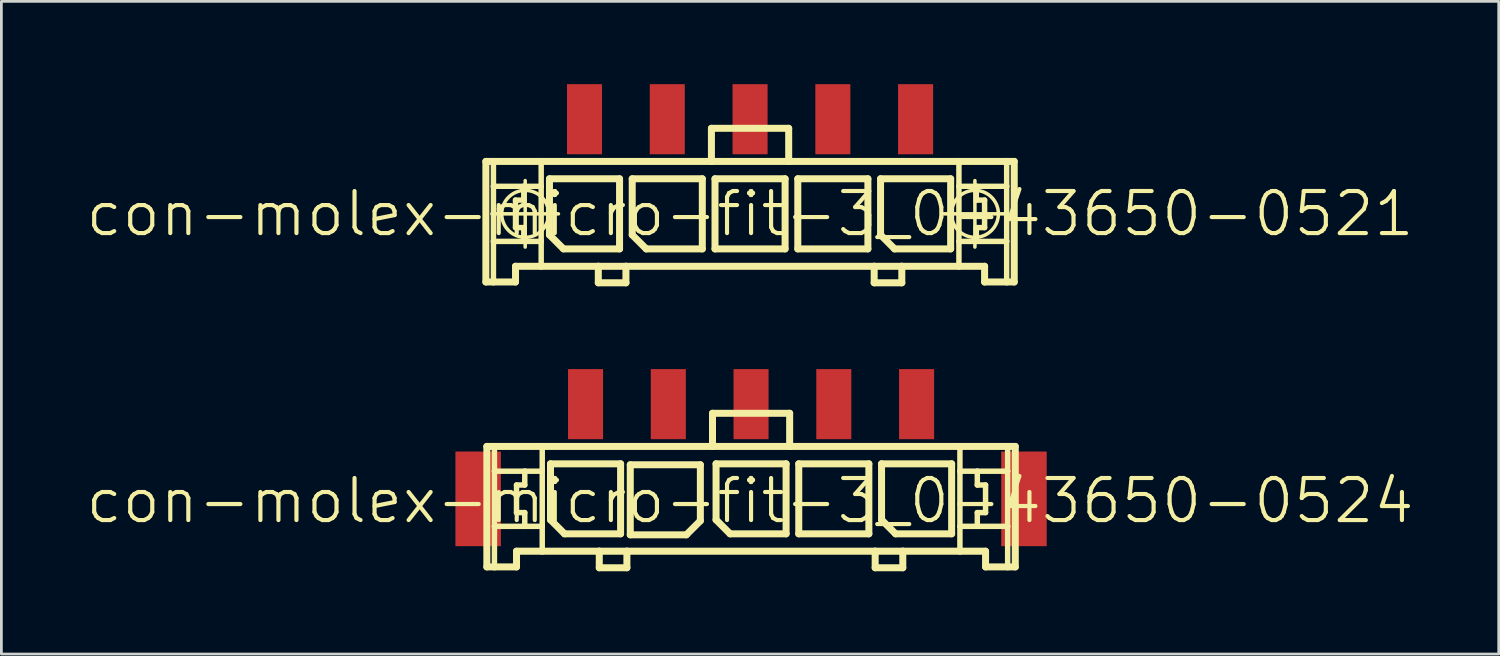
<source format=kicad_pcb>
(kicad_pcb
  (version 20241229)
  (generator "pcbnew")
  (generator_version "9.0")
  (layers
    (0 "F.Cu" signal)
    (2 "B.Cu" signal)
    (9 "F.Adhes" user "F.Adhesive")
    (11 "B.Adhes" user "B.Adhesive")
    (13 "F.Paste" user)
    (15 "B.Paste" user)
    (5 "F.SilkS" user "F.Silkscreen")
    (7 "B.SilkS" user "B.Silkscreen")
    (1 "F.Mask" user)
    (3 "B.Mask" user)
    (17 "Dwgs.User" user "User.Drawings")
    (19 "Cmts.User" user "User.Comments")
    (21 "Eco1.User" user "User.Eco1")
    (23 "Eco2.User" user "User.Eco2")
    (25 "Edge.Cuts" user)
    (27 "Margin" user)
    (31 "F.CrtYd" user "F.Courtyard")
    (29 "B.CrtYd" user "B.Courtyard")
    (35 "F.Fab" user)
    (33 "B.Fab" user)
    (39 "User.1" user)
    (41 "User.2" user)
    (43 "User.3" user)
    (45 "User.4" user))
  (footprint "con-molex-micro-fit-3_0-43650-0521"
    (layer "F.Cu")
    (at 24.13 4.699)
    (property "Reference" "con-molex-micro-fit-3_0-43650-0521" (at 0 0 0) (layer "F.SilkS") (effects (font (size 1.524 1.524) (thickness 0.15))))
    (attr smd)
    (fp_line (start -9.573 -1.9) (end -9.299 -1.9) (stroke (width 0.254) (type solid)) (layer "F.SilkS"))
    (fp_line (start -9.573 2.469) (end -9.573 -1.9) (stroke (width 0.254) (type solid)) (layer "F.SilkS"))
    (fp_line (start -9.355 0) (end -6.944 0) (stroke (width 0.127) (type solid)) (layer "F.SilkS"))
    (fp_line (start -9.299 -1.9) (end -7.569 -1.9) (stroke (width 0.254) (type solid)) (layer "F.SilkS"))
    (fp_line (start -9.299 -0.998) (end -9.299 -1.9) (stroke (width 0.198) (type solid)) (layer "F.SilkS"))
    (fp_line (start -9.299 0.998) (end -9.299 -0.998) (stroke (width 0.198) (type solid)) (layer "F.SilkS"))
    (fp_line (start -9.299 2.469) (end -9.573 2.469) (stroke (width 0.254) (type solid)) (layer "F.SilkS"))
    (fp_line (start -9.299 2.469) (end -9.299 0.998) (stroke (width 0.198) (type solid)) (layer "F.SilkS"))
    (fp_line (start -8.499 -0.498) (end -8.499 0.498) (stroke (width 0.198) (type solid)) (layer "F.SilkS"))
    (fp_line (start -8.499 0.498) (end -8.199 0.498) (stroke (width 0.198) (type solid)) (layer "F.SilkS"))
    (fp_line (start -8.499 1.9) (end -8.499 2.469) (stroke (width 0.254) (type solid)) (layer "F.SilkS"))
    (fp_line (start -8.499 2.469) (end -9.299 2.469) (stroke (width 0.254) (type solid)) (layer "F.SilkS"))
    (fp_line (start -8.199 -0.998) (end -9.299 -0.998) (stroke (width 0.198) (type solid)) (layer "F.SilkS"))
    (fp_line (start -8.199 -0.998) (end -8.199 -0.498) (stroke (width 0.198) (type solid)) (layer "F.SilkS"))
    (fp_line (start -8.199 -0.498) (end -8.499 -0.498) (stroke (width 0.198) (type solid)) (layer "F.SilkS"))
    (fp_line (start -8.199 0.498) (end -8.199 0.998) (stroke (width 0.198) (type solid)) (layer "F.SilkS"))
    (fp_line (start -8.199 0.998) (end -9.299 0.998) (stroke (width 0.198) (type solid)) (layer "F.SilkS"))
    (fp_line (start -8.148 1.204) (end -8.148 -1.204) (stroke (width 0.127) (type solid)) (layer "F.SilkS"))
    (fp_line (start -7.569 -1.9) (end -1.4 -1.9) (stroke (width 0.254) (type solid)) (layer "F.SilkS"))
    (fp_line (start -7.569 -0.998) (end -8.199 -0.998) (stroke (width 0.198) (type solid)) (layer "F.SilkS"))
    (fp_line (start -7.569 -0.998) (end -7.569 -1.9) (stroke (width 0.198) (type solid)) (layer "F.SilkS"))
    (fp_line (start -7.569 0.998) (end -8.199 0.998) (stroke (width 0.198) (type solid)) (layer "F.SilkS"))
    (fp_line (start -7.569 0.998) (end -7.569 -0.998) (stroke (width 0.198) (type solid)) (layer "F.SilkS"))
    (fp_line (start -7.569 1.9) (end -8.499 1.9) (stroke (width 0.254) (type solid)) (layer "F.SilkS"))
    (fp_line (start -7.569 1.9) (end -7.569 0.998) (stroke (width 0.198) (type solid)) (layer "F.SilkS"))
    (fp_line (start -7.269 -1.27) (end -4.729 -1.27) (stroke (width 0.254) (type solid)) (layer "F.SilkS"))
    (fp_line (start -7.269 0.762) (end -7.269 -1.27) (stroke (width 0.254) (type solid)) (layer "F.SilkS"))
    (fp_line (start -6.761 1.27) (end -7.269 0.762) (stroke (width 0.254) (type solid)) (layer "F.SilkS"))
    (fp_line (start -5.499 1.9) (end -7.569 1.9) (stroke (width 0.254) (type solid)) (layer "F.SilkS"))
    (fp_line (start -5.499 1.9) (end -5.499 2.499) (stroke (width 0.254) (type solid)) (layer "F.SilkS"))
    (fp_line (start -5.499 2.499) (end -4.498 2.499) (stroke (width 0.254) (type solid)) (layer "F.SilkS"))
    (fp_line (start -4.729 -1.27) (end -4.729 1.27) (stroke (width 0.254) (type solid)) (layer "F.SilkS"))
    (fp_line (start -4.729 1.27) (end -6.761 1.27) (stroke (width 0.254) (type solid)) (layer "F.SilkS"))
    (fp_line (start -4.498 1.9) (end -5.499 1.9) (stroke (width 0.254) (type solid)) (layer "F.SilkS"))
    (fp_line (start -4.498 2.499) (end -4.498 1.9) (stroke (width 0.254) (type solid)) (layer "F.SilkS"))
    (fp_line (start -4.27 -1.27) (end -1.73 -1.27) (stroke (width 0.254) (type solid)) (layer "F.SilkS"))
    (fp_line (start -4.27 0.762) (end -4.27 -1.27) (stroke (width 0.254) (type solid)) (layer "F.SilkS"))
    (fp_line (start -3.762 1.27) (end -4.27 0.762) (stroke (width 0.254) (type solid)) (layer "F.SilkS"))
    (fp_line (start -1.73 -1.27) (end -1.73 1.27) (stroke (width 0.254) (type solid)) (layer "F.SilkS"))
    (fp_line (start -1.73 1.27) (end -3.762 1.27) (stroke (width 0.254) (type solid)) (layer "F.SilkS"))
    (fp_line (start -1.4 -3.099) (end -1.4 -1.9) (stroke (width 0.254) (type solid)) (layer "F.SilkS"))
    (fp_line (start -1.4 -3.099) (end 1.4 -3.099) (stroke (width 0.254) (type solid)) (layer "F.SilkS"))
    (fp_line (start -1.4 -1.9) (end 1.4 -1.9) (stroke (width 0.254) (type solid)) (layer "F.SilkS"))
    (fp_line (start -1.27 -1.27) (end 1.27 -1.27) (stroke (width 0.254) (type solid)) (layer "F.SilkS"))
    (fp_line (start -1.27 1.27) (end -1.27 -1.27) (stroke (width 0.254) (type solid)) (layer "F.SilkS"))
    (fp_line (start 1.27 -1.27) (end 1.27 1.27) (stroke (width 0.254) (type solid)) (layer "F.SilkS"))
    (fp_line (start 1.27 1.27) (end -1.27 1.27) (stroke (width 0.254) (type solid)) (layer "F.SilkS"))
    (fp_line (start 1.4 -3.099) (end 1.4 -1.9) (stroke (width 0.254) (type solid)) (layer "F.SilkS"))
    (fp_line (start 1.4 -1.9) (end 7.569 -1.9) (stroke (width 0.254) (type solid)) (layer "F.SilkS"))
    (fp_line (start 1.73 -1.27) (end 4.27 -1.27) (stroke (width 0.254) (type solid)) (layer "F.SilkS"))
    (fp_line (start 1.73 1.27) (end 1.73 -1.27) (stroke (width 0.254) (type solid)) (layer "F.SilkS"))
    (fp_line (start 4.27 -1.27) (end 4.27 1.27) (stroke (width 0.254) (type solid)) (layer "F.SilkS"))
    (fp_line (start 4.27 1.27) (end 1.73 1.27) (stroke (width 0.254) (type solid)) (layer "F.SilkS"))
    (fp_line (start 4.498 1.9) (end -4.498 1.9) (stroke (width 0.254) (type solid)) (layer "F.SilkS"))
    (fp_line (start 4.498 1.9) (end 4.498 2.499) (stroke (width 0.254) (type solid)) (layer "F.SilkS"))
    (fp_line (start 4.498 2.499) (end 5.499 2.499) (stroke (width 0.254) (type solid)) (layer "F.SilkS"))
    (fp_line (start 4.729 -1.27) (end 7.269 -1.27) (stroke (width 0.254) (type solid)) (layer "F.SilkS"))
    (fp_line (start 4.729 0.762) (end 4.729 -1.27) (stroke (width 0.254) (type solid)) (layer "F.SilkS"))
    (fp_line (start 5.237 1.27) (end 4.729 0.762) (stroke (width 0.254) (type solid)) (layer "F.SilkS"))
    (fp_line (start 5.499 1.9) (end 4.498 1.9) (stroke (width 0.254) (type solid)) (layer "F.SilkS"))
    (fp_line (start 5.499 2.499) (end 5.499 1.9) (stroke (width 0.254) (type solid)) (layer "F.SilkS"))
    (fp_line (start 6.944 0) (end 9.355 0) (stroke (width 0.127) (type solid)) (layer "F.SilkS"))
    (fp_line (start 7.269 -1.27) (end 7.269 1.27) (stroke (width 0.254) (type solid)) (layer "F.SilkS"))
    (fp_line (start 7.269 1.27) (end 5.237 1.27) (stroke (width 0.254) (type solid)) (layer "F.SilkS"))
    (fp_line (start 7.569 -1.9) (end 7.569 -0.998) (stroke (width 0.198) (type solid)) (layer "F.SilkS"))
    (fp_line (start 7.569 -1.9) (end 9.299 -1.9) (stroke (width 0.254) (type solid)) (layer "F.SilkS"))
    (fp_line (start 7.569 -0.998) (end 7.569 0.998) (stroke (width 0.198) (type solid)) (layer "F.SilkS"))
    (fp_line (start 7.569 -0.998) (end 8.199 -0.998) (stroke (width 0.198) (type solid)) (layer "F.SilkS"))
    (fp_line (start 7.569 0.998) (end 7.569 1.9) (stroke (width 0.198) (type solid)) (layer "F.SilkS"))
    (fp_line (start 7.569 0.998) (end 8.199 0.998) (stroke (width 0.198) (type solid)) (layer "F.SilkS"))
    (fp_line (start 7.569 1.9) (end 5.499 1.9) (stroke (width 0.254) (type solid)) (layer "F.SilkS"))
    (fp_line (start 8.148 1.204) (end 8.148 -1.204) (stroke (width 0.127) (type solid)) (layer "F.SilkS"))
    (fp_line (start 8.199 -0.998) (end 8.199 -0.498) (stroke (width 0.198) (type solid)) (layer "F.SilkS"))
    (fp_line (start 8.199 -0.998) (end 9.299 -0.998) (stroke (width 0.198) (type solid)) (layer "F.SilkS"))
    (fp_line (start 8.199 -0.498) (end 8.499 -0.498) (stroke (width 0.198) (type solid)) (layer "F.SilkS"))
    (fp_line (start 8.199 0.498) (end 8.199 0.998) (stroke (width 0.198) (type solid)) (layer "F.SilkS"))
    (fp_line (start 8.199 0.998) (end 9.299 0.998) (stroke (width 0.198) (type solid)) (layer "F.SilkS"))
    (fp_line (start 8.499 -0.498) (end 8.499 0.498) (stroke (width 0.198) (type solid)) (layer "F.SilkS"))
    (fp_line (start 8.499 0.498) (end 8.199 0.498) (stroke (width 0.198) (type solid)) (layer "F.SilkS"))
    (fp_line (start 8.499 1.9) (end 7.569 1.9) (stroke (width 0.254) (type solid)) (layer "F.SilkS"))
    (fp_line (start 8.499 2.469) (end 8.499 1.9) (stroke (width 0.254) (type solid)) (layer "F.SilkS"))
    (fp_line (start 8.499 2.469) (end 9.299 2.469) (stroke (width 0.254) (type solid)) (layer "F.SilkS"))
    (fp_line (start 9.299 -1.9) (end 9.573 -1.9) (stroke (width 0.254) (type solid)) (layer "F.SilkS"))
    (fp_line (start 9.299 -0.998) (end 9.299 -1.9) (stroke (width 0.198) (type solid)) (layer "F.SilkS"))
    (fp_line (start 9.299 0.998) (end 9.299 -0.998) (stroke (width 0.198) (type solid)) (layer "F.SilkS"))
    (fp_line (start 9.299 2.469) (end 9.299 0.998) (stroke (width 0.198) (type solid)) (layer "F.SilkS"))
    (fp_line (start 9.299 2.469) (end 9.573 2.469) (stroke (width 0.254) (type solid)) (layer "F.SilkS"))
    (fp_line (start 9.573 -1.9) (end 9.573 2.469) (stroke (width 0.254) (type solid)) (layer "F.SilkS"))
    (fp_circle (center -8.148 0) (end -8.75 0.602) (stroke (width 0.127) (type solid)) (fill no) (layer "F.SilkS"))
    (fp_circle (center 8.148 0) (end 8.75 0.602) (stroke (width 0.127) (type solid)) (fill no) (layer "F.SilkS"))
    (pad "P$1" smd rect (at 5.999 -3.429) (size 1.27 2.54) (layers "F.Cu" "F.Mask" "F.Paste"))
    (pad "P$2" smd rect (at 3 -3.429) (size 1.27 2.54) (layers "F.Cu" "F.Mask" "F.Paste"))
    (pad "P$3" smd rect (at 0 -3.429) (size 1.27 2.54) (layers "F.Cu" "F.Mask" "F.Paste"))
    (pad "P$4" smd rect (at -3 -3.429) (size 1.27 2.54) (layers "F.Cu" "F.Mask" "F.Paste"))
    (pad "P$5" smd rect (at -5.999 -3.429) (size 1.27 2.54) (layers "F.Cu" "F.Mask" "F.Paste")))
  (footprint "con-molex-micro-fit-3_0-43650-0524"
    (layer "F.Cu")
    (at 24.13 15.098)
    (property "Reference" "con-molex-micro-fit-3_0-43650-0524" (at 0 0 0) (layer "F.SilkS") (effects (font (size 1.524 1.524) (thickness 0.15))))
    (attr smd)
    (fp_line (start -9.538 -1.971) (end -9.263 -1.971) (stroke (width 0.254) (type solid)) (layer "F.SilkS"))
    (fp_line (start -9.538 2.395) (end -9.538 -1.971) (stroke (width 0.254) (type solid)) (layer "F.SilkS"))
    (fp_line (start -9.263 -1.971) (end -7.531 -1.971) (stroke (width 0.254) (type solid)) (layer "F.SilkS"))
    (fp_line (start -9.263 -1.072) (end -9.263 -1.971) (stroke (width 0.198) (type solid)) (layer "F.SilkS"))
    (fp_line (start -9.263 0.925) (end -9.263 -1.072) (stroke (width 0.198) (type solid)) (layer "F.SilkS"))
    (fp_line (start -9.263 2.395) (end -9.538 2.395) (stroke (width 0.254) (type solid)) (layer "F.SilkS"))
    (fp_line (start -9.263 2.395) (end -9.263 0.925) (stroke (width 0.198) (type solid)) (layer "F.SilkS"))
    (fp_line (start -8.463 -0.572) (end -8.463 0.427) (stroke (width 0.198) (type solid)) (layer "F.SilkS"))
    (fp_line (start -8.463 0.427) (end -8.164 0.427) (stroke (width 0.198) (type solid)) (layer "F.SilkS"))
    (fp_line (start -8.463 1.826) (end -8.463 2.395) (stroke (width 0.254) (type solid)) (layer "F.SilkS"))
    (fp_line (start -8.463 2.395) (end -9.263 2.395) (stroke (width 0.254) (type solid)) (layer "F.SilkS"))
    (fp_line (start -8.164 -1.072) (end -9.263 -1.072) (stroke (width 0.198) (type solid)) (layer "F.SilkS"))
    (fp_line (start -8.164 -1.072) (end -8.164 -0.572) (stroke (width 0.198) (type solid)) (layer "F.SilkS"))
    (fp_line (start -8.164 -0.572) (end -8.463 -0.572) (stroke (width 0.198) (type solid)) (layer "F.SilkS"))
    (fp_line (start -8.164 0.427) (end -8.164 0.925) (stroke (width 0.198) (type solid)) (layer "F.SilkS"))
    (fp_line (start -8.164 0.925) (end -9.263 0.925) (stroke (width 0.198) (type solid)) (layer "F.SilkS"))
    (fp_line (start -7.531 -1.971) (end -1.361 -1.971) (stroke (width 0.254) (type solid)) (layer "F.SilkS"))
    (fp_line (start -7.531 -1.072) (end -8.164 -1.072) (stroke (width 0.198) (type solid)) (layer "F.SilkS"))
    (fp_line (start -7.531 -1.072) (end -7.531 -1.971) (stroke (width 0.198) (type solid)) (layer "F.SilkS"))
    (fp_line (start -7.531 0.925) (end -8.164 0.925) (stroke (width 0.198) (type solid)) (layer "F.SilkS"))
    (fp_line (start -7.531 0.925) (end -7.531 -1.072) (stroke (width 0.198) (type solid)) (layer "F.SilkS"))
    (fp_line (start -7.531 1.826) (end -8.463 1.826) (stroke (width 0.254) (type solid)) (layer "F.SilkS"))
    (fp_line (start -7.531 1.826) (end -7.531 0.925) (stroke (width 0.198) (type solid)) (layer "F.SilkS"))
    (fp_line (start -7.231 -1.341) (end -4.691 -1.341) (stroke (width 0.254) (type solid)) (layer "F.SilkS"))
    (fp_line (start -7.231 0.688) (end -7.231 -1.341) (stroke (width 0.254) (type solid)) (layer "F.SilkS"))
    (fp_line (start -6.723 1.196) (end -7.231 0.688) (stroke (width 0.254) (type solid)) (layer "F.SilkS"))
    (fp_line (start -5.464 1.826) (end -7.531 1.826) (stroke (width 0.254) (type solid)) (layer "F.SilkS"))
    (fp_line (start -5.464 1.826) (end -5.464 2.426) (stroke (width 0.254) (type solid)) (layer "F.SilkS"))
    (fp_line (start -5.464 2.426) (end -4.463 2.426) (stroke (width 0.254) (type solid)) (layer "F.SilkS"))
    (fp_line (start -4.691 -1.341) (end -4.691 1.196) (stroke (width 0.254) (type solid)) (layer "F.SilkS"))
    (fp_line (start -4.691 1.196) (end -6.723 1.196) (stroke (width 0.254) (type solid)) (layer "F.SilkS"))
    (fp_line (start -4.463 1.826) (end -5.464 1.826) (stroke (width 0.254) (type solid)) (layer "F.SilkS"))
    (fp_line (start -4.463 2.426) (end -4.463 1.826) (stroke (width 0.254) (type solid)) (layer "F.SilkS"))
    (fp_line (start -4.341 -1.306) (end -1.801 -1.306) (stroke (width 0.254) (type solid)) (layer "F.SilkS"))
    (fp_line (start -4.341 1.232) (end -4.341 -1.306) (stroke (width 0.254) (type solid)) (layer "F.SilkS"))
    (fp_line (start -2.309 1.232) (end -4.341 1.232) (stroke (width 0.254) (type solid)) (layer "F.SilkS"))
    (fp_line (start -1.801 -1.306) (end -1.801 0.724) (stroke (width 0.254) (type solid)) (layer "F.SilkS"))
    (fp_line (start -1.801 0.724) (end -2.309 1.232) (stroke (width 0.254) (type solid)) (layer "F.SilkS"))
    (fp_line (start -1.361 -3.172) (end -1.361 -1.971) (stroke (width 0.254) (type solid)) (layer "F.SilkS"))
    (fp_line (start -1.361 -3.172) (end 1.435 -3.172) (stroke (width 0.254) (type solid)) (layer "F.SilkS"))
    (fp_line (start -1.361 -1.971) (end 1.435 -1.971) (stroke (width 0.254) (type solid)) (layer "F.SilkS"))
    (fp_line (start -1.232 -1.341) (end 1.306 -1.341) (stroke (width 0.254) (type solid)) (layer "F.SilkS"))
    (fp_line (start -1.232 0.688) (end -1.232 -1.341) (stroke (width 0.254) (type solid)) (layer "F.SilkS"))
    (fp_line (start -0.724 1.196) (end -1.232 0.688) (stroke (width 0.254) (type solid)) (layer "F.SilkS"))
    (fp_line (start 1.306 -1.341) (end 1.306 1.196) (stroke (width 0.254) (type solid)) (layer "F.SilkS"))
    (fp_line (start 1.306 1.196) (end -0.724 1.196) (stroke (width 0.254) (type solid)) (layer "F.SilkS"))
    (fp_line (start 1.435 -3.172) (end 1.435 -1.971) (stroke (width 0.254) (type solid)) (layer "F.SilkS"))
    (fp_line (start 1.435 -1.971) (end 7.605 -1.971) (stroke (width 0.254) (type solid)) (layer "F.SilkS"))
    (fp_line (start 1.765 -1.341) (end 4.305 -1.341) (stroke (width 0.254) (type solid)) (layer "F.SilkS"))
    (fp_line (start 1.765 1.196) (end 1.765 -1.341) (stroke (width 0.254) (type solid)) (layer "F.SilkS"))
    (fp_line (start 4.305 -1.341) (end 4.305 1.196) (stroke (width 0.254) (type solid)) (layer "F.SilkS"))
    (fp_line (start 4.305 1.196) (end 1.765 1.196) (stroke (width 0.254) (type solid)) (layer "F.SilkS"))
    (fp_line (start 4.534 1.826) (end -4.463 1.826) (stroke (width 0.254) (type solid)) (layer "F.SilkS"))
    (fp_line (start 4.534 1.826) (end 4.534 2.426) (stroke (width 0.254) (type solid)) (layer "F.SilkS"))
    (fp_line (start 4.534 2.426) (end 5.535 2.426) (stroke (width 0.254) (type solid)) (layer "F.SilkS"))
    (fp_line (start 4.765 -1.341) (end 7.305 -1.341) (stroke (width 0.254) (type solid)) (layer "F.SilkS"))
    (fp_line (start 4.765 0.688) (end 4.765 -1.341) (stroke (width 0.254) (type solid)) (layer "F.SilkS"))
    (fp_line (start 5.273 1.196) (end 4.765 0.688) (stroke (width 0.254) (type solid)) (layer "F.SilkS"))
    (fp_line (start 5.535 1.826) (end 4.534 1.826) (stroke (width 0.254) (type solid)) (layer "F.SilkS"))
    (fp_line (start 5.535 2.426) (end 5.535 1.826) (stroke (width 0.254) (type solid)) (layer "F.SilkS"))
    (fp_line (start 7.305 -1.341) (end 7.305 1.196) (stroke (width 0.254) (type solid)) (layer "F.SilkS"))
    (fp_line (start 7.305 1.196) (end 5.273 1.196) (stroke (width 0.254) (type solid)) (layer "F.SilkS"))
    (fp_line (start 7.605 -1.971) (end 7.605 -1.072) (stroke (width 0.198) (type solid)) (layer "F.SilkS"))
    (fp_line (start 7.605 -1.971) (end 9.335 -1.971) (stroke (width 0.254) (type solid)) (layer "F.SilkS"))
    (fp_line (start 7.605 -1.072) (end 7.605 0.925) (stroke (width 0.198) (type solid)) (layer "F.SilkS"))
    (fp_line (start 7.605 -1.072) (end 8.235 -1.072) (stroke (width 0.198) (type solid)) (layer "F.SilkS"))
    (fp_line (start 7.605 0.925) (end 7.605 1.826) (stroke (width 0.198) (type solid)) (layer "F.SilkS"))
    (fp_line (start 7.605 0.925) (end 8.235 0.925) (stroke (width 0.198) (type solid)) (layer "F.SilkS"))
    (fp_line (start 7.605 1.826) (end 5.535 1.826) (stroke (width 0.254) (type solid)) (layer "F.SilkS"))
    (fp_line (start 8.235 -1.072) (end 8.235 -0.572) (stroke (width 0.198) (type solid)) (layer "F.SilkS"))
    (fp_line (start 8.235 -1.072) (end 9.335 -1.072) (stroke (width 0.198) (type solid)) (layer "F.SilkS"))
    (fp_line (start 8.235 -0.572) (end 8.534 -0.572) (stroke (width 0.198) (type solid)) (layer "F.SilkS"))
    (fp_line (start 8.235 0.427) (end 8.235 0.925) (stroke (width 0.198) (type solid)) (layer "F.SilkS"))
    (fp_line (start 8.235 0.925) (end 9.335 0.925) (stroke (width 0.198) (type solid)) (layer "F.SilkS"))
    (fp_line (start 8.534 -0.572) (end 8.534 0.427) (stroke (width 0.198) (type solid)) (layer "F.SilkS"))
    (fp_line (start 8.534 0.427) (end 8.235 0.427) (stroke (width 0.198) (type solid)) (layer "F.SilkS"))
    (fp_line (start 8.534 1.826) (end 7.605 1.826) (stroke (width 0.254) (type solid)) (layer "F.SilkS"))
    (fp_line (start 8.534 2.395) (end 8.534 1.826) (stroke (width 0.254) (type solid)) (layer "F.SilkS"))
    (fp_line (start 8.534 2.395) (end 9.335 2.395) (stroke (width 0.254) (type solid)) (layer "F.SilkS"))
    (fp_line (start 9.335 -1.971) (end 9.611 -1.971) (stroke (width 0.254) (type solid)) (layer "F.SilkS"))
    (fp_line (start 9.335 -1.072) (end 9.335 -1.971) (stroke (width 0.198) (type solid)) (layer "F.SilkS"))
    (fp_line (start 9.335 0.925) (end 9.335 -1.072) (stroke (width 0.198) (type solid)) (layer "F.SilkS"))
    (fp_line (start 9.335 2.395) (end 9.335 0.925) (stroke (width 0.198) (type solid)) (layer "F.SilkS"))
    (fp_line (start 9.335 2.395) (end 9.611 2.395) (stroke (width 0.254) (type solid)) (layer "F.SilkS"))
    (fp_line (start 9.611 -1.971) (end 9.611 2.395) (stroke (width 0.254) (type solid)) (layer "F.SilkS"))
    (pad "P$1" smd rect (at 6.035 -3.503) (size 1.27 2.54) (layers "F.Cu" "F.Mask" "F.Paste"))
    (pad "P$2" smd rect (at 3.035 -3.503) (size 1.27 2.54) (layers "F.Cu" "F.Mask" "F.Paste"))
    (pad "P$3" smd rect (at 0.036 -3.503) (size 1.27 2.54) (layers "F.Cu" "F.Mask" "F.Paste"))
    (pad "P$4" smd rect (at -2.962 -3.503) (size 1.27 2.54) (layers "F.Cu" "F.Mask" "F.Paste"))
    (pad "P$5" smd rect (at -5.961 -3.503) (size 1.27 2.54) (layers "F.Cu" "F.Mask" "F.Paste"))
    (pad "TAB1" smd rect (at 9.926 -0.071) (size 1.648 3.429) (layers "F.Cu" "F.Mask" "F.Paste"))
    (pad "TAB2" smd rect (at -9.853 -0.071) (size 1.648 3.429) (layers "F.Cu" "F.Mask" "F.Paste")))
  (gr_rect
    (start -3 -3)
    (end 51.26 20.651)
    (stroke (width 0.1) (type default))
    (fill no)
    (layer "Edge.Cuts")))
</source>
